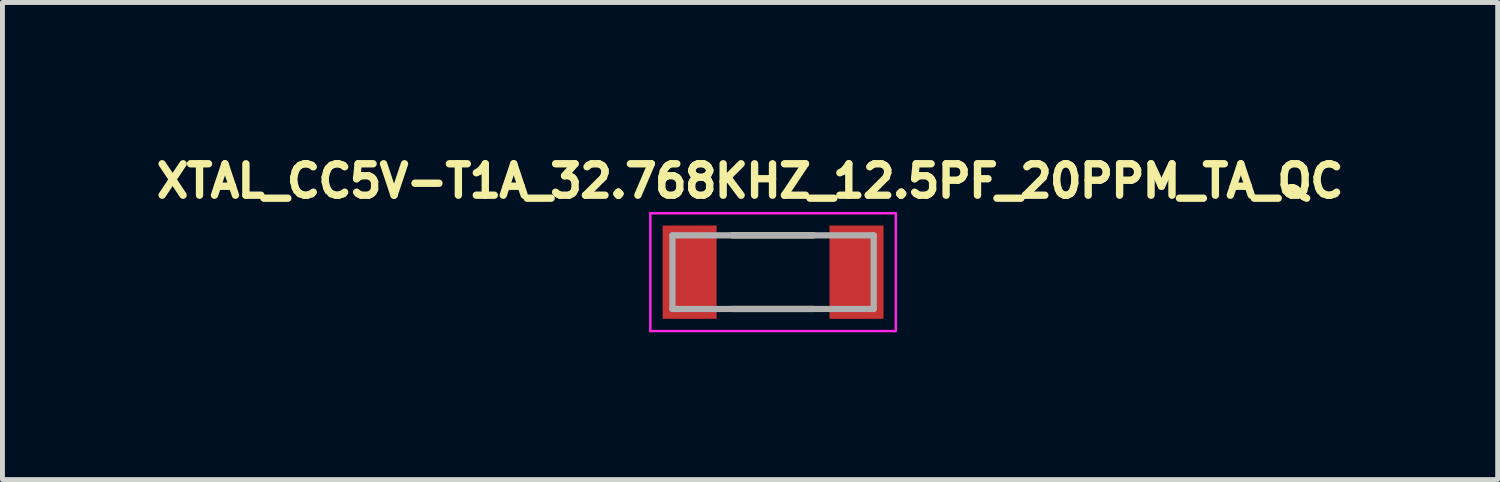
<source format=kicad_pcb>
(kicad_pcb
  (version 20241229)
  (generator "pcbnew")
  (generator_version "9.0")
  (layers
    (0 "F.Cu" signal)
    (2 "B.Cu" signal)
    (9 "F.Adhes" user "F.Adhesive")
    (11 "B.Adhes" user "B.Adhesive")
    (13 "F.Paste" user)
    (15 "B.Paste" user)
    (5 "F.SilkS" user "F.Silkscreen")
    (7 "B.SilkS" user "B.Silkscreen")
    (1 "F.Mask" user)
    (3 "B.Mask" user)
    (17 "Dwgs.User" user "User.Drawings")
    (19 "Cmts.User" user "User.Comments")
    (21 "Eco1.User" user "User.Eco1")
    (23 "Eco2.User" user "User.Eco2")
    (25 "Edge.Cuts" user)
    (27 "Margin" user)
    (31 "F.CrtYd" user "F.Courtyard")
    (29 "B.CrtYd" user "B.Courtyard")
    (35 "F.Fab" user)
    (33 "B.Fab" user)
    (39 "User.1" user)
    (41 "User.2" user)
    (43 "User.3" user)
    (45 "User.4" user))
  (footprint "XTAL_CC5V-T1A_32.768KHZ_12.5PF_20PPM_TA_QC"
    (layer "F.Cu")
    (at 12.698 2.494)
    (property "Reference" "XTAL_CC5V-T1A_32.768KHZ_12.5PF_20PPM_TA_QC" (at -0.468 -1.856 0) (layer "F.SilkS") (effects (font (size 0.64 0.64) (thickness 0.15))))
    (attr smd)
    (fp_line (start -0.83 -0.75) (end 0.83 -0.75) (stroke (width 0.127) (type solid)) (layer "F.SilkS"))
    (fp_line (start -0.83 0.75) (end 0.83 0.75) (stroke (width 0.127) (type solid)) (layer "F.SilkS"))
    (fp_line (start -2.5 -1.2) (end -2.5 1.2) (stroke (width 0.05) (type solid)) (layer "F.CrtYd"))
    (fp_line (start -2.5 1.2) (end 2.5 1.2) (stroke (width 0.05) (type solid)) (layer "F.CrtYd"))
    (fp_line (start 2.5 -1.2) (end -2.5 -1.2) (stroke (width 0.05) (type solid)) (layer "F.CrtYd"))
    (fp_line (start 2.5 1.2) (end 2.5 -1.2) (stroke (width 0.05) (type solid)) (layer "F.CrtYd"))
    (fp_line (start -2.05 -0.75) (end -2.05 0.75) (stroke (width 0.127) (type solid)) (layer "F.Fab"))
    (fp_line (start -2.05 -0.75) (end 2.05 -0.75) (stroke (width 0.127) (type solid)) (layer "F.Fab"))
    (fp_line (start -2.05 0.75) (end 2.05 0.75) (stroke (width 0.127) (type solid)) (layer "F.Fab"))
    (fp_line (start 2.05 -0.75) (end 2.05 0.75) (stroke (width 0.127) (type solid)) (layer "F.Fab"))
    (pad "1" smd rect (at -1.7 0) (size 1.1 1.9) (layers "F.Cu" "F.Mask" "F.Paste"))
    (pad "2" smd rect (at 1.7 0) (size 1.1 1.9) (layers "F.Cu" "F.Mask" "F.Paste")))
  (gr_rect
    (start -3 -3)
    (end 27.459 6.719)
    (stroke (width 0.1) (type default))
    (fill no)
    (layer "Edge.Cuts")))
</source>
